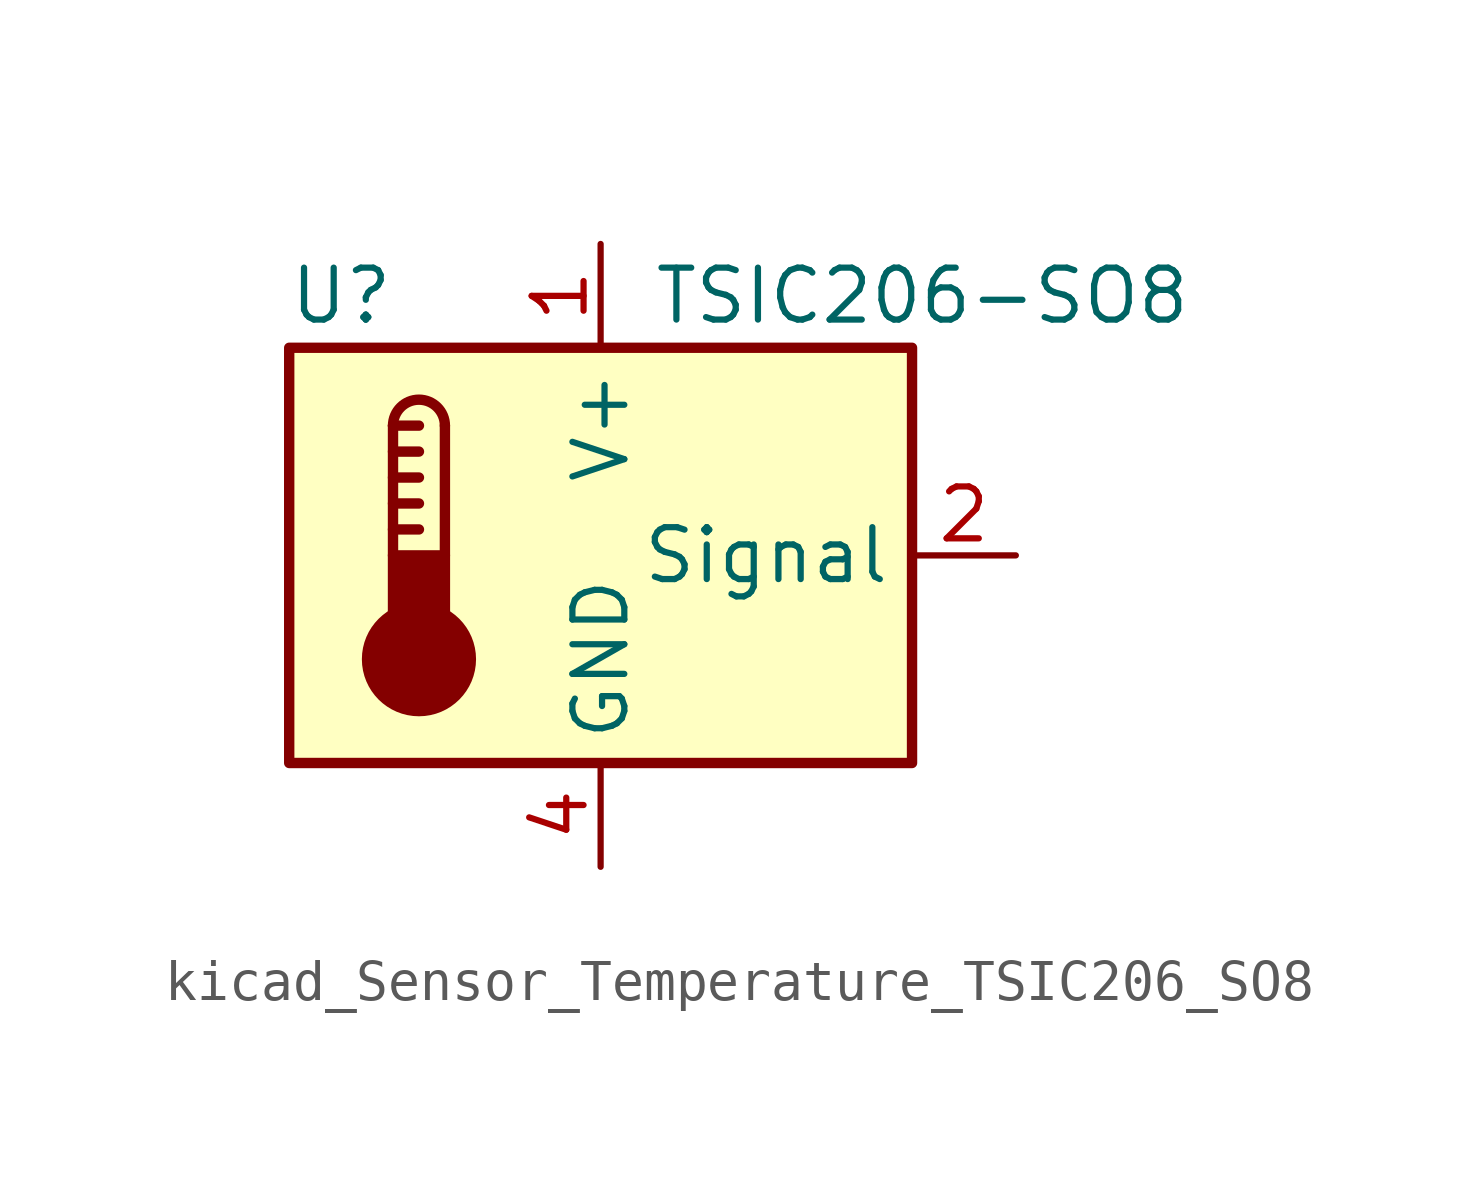
<source format=kicad_sym>
(kicad_symbol_lib
  (version 20220914)
  (generator kicad_symbol_editor)
  (symbol "kicad_Sensor_Temperature_TSIC206_SO8"
    (property "Reference" "U"
      (at -6.35 6.35 0)
      (effects (font (size 1.27 1.27))))
    (property "Value" "TSIC206-SO8"
      (at 1.27 6.35 0)
      (effects (font (size 1.27 1.27)) (justify left)))
    (symbol "kicad_Sensor_Temperature_TSIC206_SO8_0_1"
      (rectangle (start -7.62 5.08) (end 7.62 -5.08) (stroke (width 0.254) (type default)) (fill (type background)))
      (circle (center -4.445 -2.54) (radius 1.27) (stroke (width 0.254) (type default)) (fill (type outline)))
      (rectangle (start -3.81 -1.905) (end -5.08 0) (stroke (width 0.254) (type default)) (fill (type outline)))
      (arc (start -3.81 3.175) (mid -4.445 3.8073) (end -5.08 3.175) (stroke (width 0.254) (type default)) (fill (type none)))
      (polyline (pts (xy -5.08 0.635) (xy -4.445 0.635)) (stroke (width 0.254) (type default)) (fill (type none)))
      (polyline (pts (xy -5.08 1.27) (xy -4.445 1.27)) (stroke (width 0.254) (type default)) (fill (type none)))
      (polyline (pts (xy -5.08 1.905) (xy -4.445 1.905)) (stroke (width 0.254) (type default)) (fill (type none)))
      (polyline (pts (xy -5.08 2.54) (xy -4.445 2.54)) (stroke (width 0.254) (type default)) (fill (type none)))
      (polyline (pts (xy -5.08 3.175) (xy -5.08 0)) (stroke (width 0.254) (type default)) (fill (type none)))
      (polyline (pts (xy -5.08 3.175) (xy -4.445 3.175)) (stroke (width 0.254) (type default)) (fill (type none)))
      (polyline (pts (xy -3.81 3.175) (xy -3.81 0)) (stroke (width 0.254) (type default)) (fill (type none))))
    (symbol "kicad_Sensor_Temperature_TSIC206_SO8_1_1"
      (pin power_in line (at 0 7.62 270) (length 2.54) (name "V+" (effects (font (size 1.27 1.27)))) (number "1" (effects (font (size 1.27 1.27)))))
      (pin output line (at 10.16 0 180) (length 2.54) (name "Signal" (effects (font (size 1.27 1.27)))) (number "2" (effects (font (size 1.27 1.27)))))
      (pin no_connect line (at 7.62 -2.54 180) (length 2.54) hide (name "NC" (effects (font (size 1.27 1.27)))) (number "3" (effects (font (size 1.27 1.27)))))
      (pin power_in line (at 0 -7.62 90) (length 2.54) (name "GND" (effects (font (size 1.27 1.27)))) (number "4" (effects (font (size 1.27 1.27)))))
      (pin no_connect line (at -5.08 -5.08 90) (length 2.54) hide (name "NC" (effects (font (size 1.27 1.27)))) (number "5" (effects (font (size 1.27 1.27)))))
      (pin no_connect line (at -2.54 -5.08 90) (length 2.54) hide (name "NC" (effects (font (size 1.27 1.27)))) (number "6" (effects (font (size 1.27 1.27)))))
      (pin no_connect line (at 2.54 -5.08 90) (length 2.54) hide (name "NC" (effects (font (size 1.27 1.27)))) (number "7" (effects (font (size 1.27 1.27)))))
      (pin no_connect line (at 5.08 -5.08 90) (length 2.54) hide (name "NC" (effects (font (size 1.27 1.27)))) (number "8" (effects (font (size 1.27 1.27))))))))
</source>
